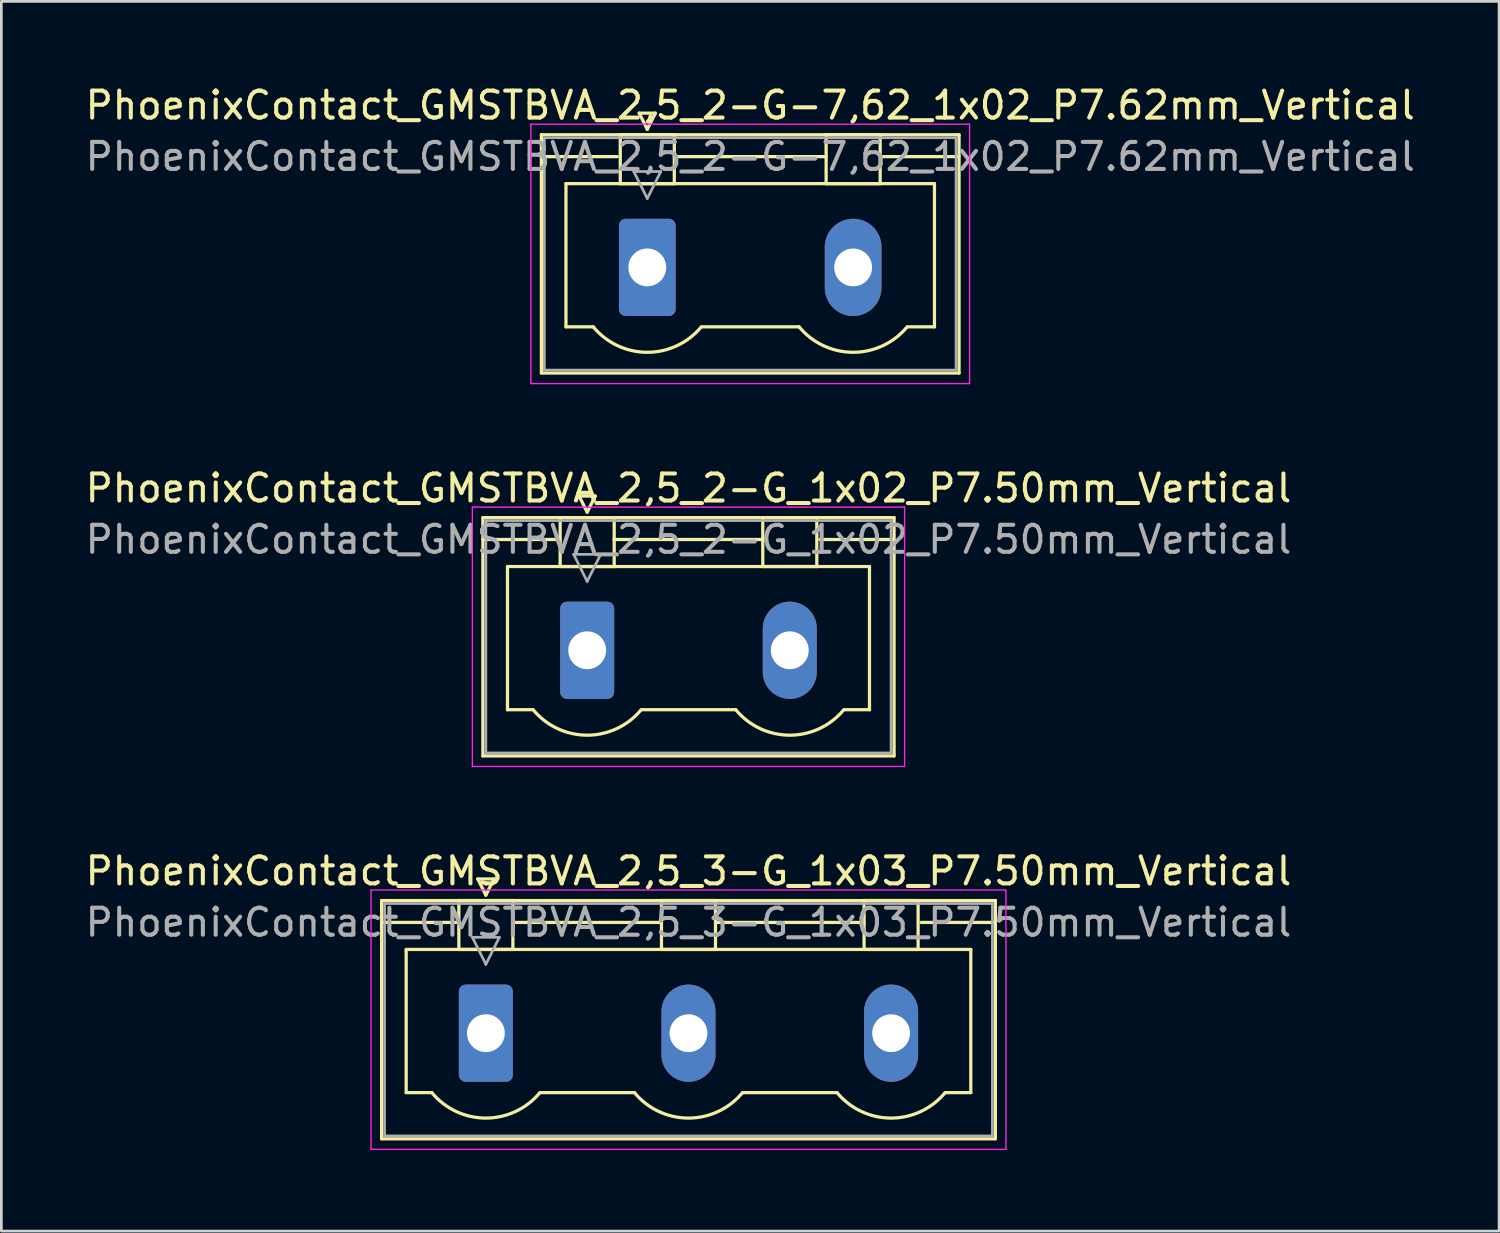
<source format=kicad_pcb>
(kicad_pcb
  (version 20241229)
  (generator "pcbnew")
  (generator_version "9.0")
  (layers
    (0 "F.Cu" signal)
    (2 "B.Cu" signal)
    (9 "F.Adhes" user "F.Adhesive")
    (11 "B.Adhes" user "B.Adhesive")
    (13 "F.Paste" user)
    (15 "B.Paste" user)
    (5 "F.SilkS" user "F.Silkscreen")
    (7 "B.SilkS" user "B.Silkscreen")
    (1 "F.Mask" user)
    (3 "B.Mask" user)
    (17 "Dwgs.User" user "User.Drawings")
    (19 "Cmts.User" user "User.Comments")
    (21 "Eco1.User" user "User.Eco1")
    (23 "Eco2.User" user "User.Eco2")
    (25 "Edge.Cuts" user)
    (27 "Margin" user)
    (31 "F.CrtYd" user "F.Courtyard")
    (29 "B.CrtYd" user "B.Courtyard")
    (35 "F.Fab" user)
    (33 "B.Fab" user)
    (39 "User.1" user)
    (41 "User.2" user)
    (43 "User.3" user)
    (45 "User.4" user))
  (footprint "PhoenixContact_GMSTBVA_2,5_2-G_1x02_P7.50mm_Vertical"
    (layer "F.Cu")
    (at 18.685 21.021)
    (property "Reference" "PhoenixContact_GMSTBVA_2,5_2-G_1x02_P7.50mm_Vertical" (at 3.75 -6 0) (layer "F.SilkS") (effects (font (size 1 1) (thickness 0.15))))
    (attr through_hole)
    (fp_line (start -3.86 -4.91) (end -3.86 3.91) (stroke (width 0.12) (type solid)) (layer "F.SilkS"))
    (fp_line (start -3.86 -4.1) (end -1.11 -4.1) (stroke (width 0.12) (type solid)) (layer "F.SilkS"))
    (fp_line (start -3.86 3.91) (end 11.36 3.91) (stroke (width 0.12) (type solid)) (layer "F.SilkS"))
    (fp_line (start -2.95 -3.1) (end 10.45 -3.1) (stroke (width 0.12) (type solid)) (layer "F.SilkS"))
    (fp_line (start -2.95 2.2) (end -2.95 -3.1) (stroke (width 0.12) (type solid)) (layer "F.SilkS"))
    (fp_line (start -2 2.2) (end -2.95 2.2) (stroke (width 0.12) (type solid)) (layer "F.SilkS"))
    (fp_line (start -1 -4.91) (end 1 -4.91) (stroke (width 0.12) (type solid)) (layer "F.SilkS"))
    (fp_line (start -1 -3.1) (end -1 -4.91) (stroke (width 0.12) (type solid)) (layer "F.SilkS"))
    (fp_line (start -0.3 -5.71) (end 0.3 -5.71) (stroke (width 0.12) (type solid)) (layer "F.SilkS"))
    (fp_line (start 0 -5.11) (end -0.3 -5.71) (stroke (width 0.12) (type solid)) (layer "F.SilkS"))
    (fp_line (start 0.3 -5.71) (end 0 -5.11) (stroke (width 0.12) (type solid)) (layer "F.SilkS"))
    (fp_line (start 1 -4.91) (end 1 -3.1) (stroke (width 0.12) (type solid)) (layer "F.SilkS"))
    (fp_line (start 1 -4.1) (end 6.5 -4.1) (stroke (width 0.12) (type solid)) (layer "F.SilkS"))
    (fp_line (start 1 -3.1) (end -1 -3.1) (stroke (width 0.12) (type solid)) (layer "F.SilkS"))
    (fp_line (start 2 2.2) (end 5.5 2.2) (stroke (width 0.12) (type solid)) (layer "F.SilkS"))
    (fp_line (start 6.5 -4.91) (end 8.5 -4.91) (stroke (width 0.12) (type solid)) (layer "F.SilkS"))
    (fp_line (start 6.5 -3.1) (end 6.5 -4.91) (stroke (width 0.12) (type solid)) (layer "F.SilkS"))
    (fp_line (start 8.5 -4.91) (end 8.5 -3.1) (stroke (width 0.12) (type solid)) (layer "F.SilkS"))
    (fp_line (start 8.5 -3.1) (end 6.5 -3.1) (stroke (width 0.12) (type solid)) (layer "F.SilkS"))
    (fp_line (start 10.45 -3.1) (end 10.45 2.2) (stroke (width 0.12) (type solid)) (layer "F.SilkS"))
    (fp_line (start 10.45 2.2) (end 9.5 2.2) (stroke (width 0.12) (type solid)) (layer "F.SilkS"))
    (fp_line (start 11.36 -4.91) (end -3.86 -4.91) (stroke (width 0.12) (type solid)) (layer "F.SilkS"))
    (fp_line (start 11.36 -4.1) (end 8.61 -4.1) (stroke (width 0.12) (type solid)) (layer "F.SilkS"))
    (fp_line (start 11.36 3.91) (end 11.36 -4.91) (stroke (width 0.12) (type solid)) (layer "F.SilkS"))
    (fp_arc (start 1.986842 2.215821) (mid -0.010289 3.142758) (end -2 2.2) (stroke (width 0.12) (type solid)) (layer "F.SilkS"))
    (fp_arc (start 9.486842 2.215821) (mid 7.489711 3.142758) (end 5.5 2.2) (stroke (width 0.12) (type solid)) (layer "F.SilkS"))
    (fp_line (start -4.25 -5.3) (end -4.25 4.3) (stroke (width 0.05) (type solid)) (layer "F.CrtYd"))
    (fp_line (start -4.25 4.3) (end 11.75 4.3) (stroke (width 0.05) (type solid)) (layer "F.CrtYd"))
    (fp_line (start 11.75 -5.3) (end -4.25 -5.3) (stroke (width 0.05) (type solid)) (layer "F.CrtYd"))
    (fp_line (start 11.75 4.3) (end 11.75 -5.3) (stroke (width 0.05) (type solid)) (layer "F.CrtYd"))
    (fp_line (start -3.75 -4.8) (end -3.75 3.8) (stroke (width 0.1) (type solid)) (layer "F.Fab"))
    (fp_line (start -3.75 3.8) (end 11.25 3.8) (stroke (width 0.1) (type solid)) (layer "F.Fab"))
    (fp_line (start -0.5 -3.55) (end 0.5 -3.55) (stroke (width 0.1) (type solid)) (layer "F.Fab"))
    (fp_line (start 0 -2.55) (end -0.5 -3.55) (stroke (width 0.1) (type solid)) (layer "F.Fab"))
    (fp_line (start 0.5 -3.55) (end 0 -2.55) (stroke (width 0.1) (type solid)) (layer "F.Fab"))
    (fp_line (start 11.25 -4.8) (end -3.75 -4.8) (stroke (width 0.1) (type solid)) (layer "F.Fab"))
    (fp_line (start 11.25 3.8) (end 11.25 -4.8) (stroke (width 0.1) (type solid)) (layer "F.Fab"))
    (fp_text user "${REFERENCE}" (at 3.75 -4.1 0) (layer "F.Fab") (effects (font (size 1 1) (thickness 0.15))))
    (pad "1" thru_hole roundrect (at 0 0) (size 2 3.6) (drill 1.4) (layers "*.Cu" "*.Mask") (roundrect_rratio 0.125))
    (pad "2" thru_hole oval (at 7.5 0) (size 2 3.6) (drill 1.4) (layers "*.Cu" "*.Mask")))
  (footprint "PhoenixContact_GMSTBVA_2,5_3-G_1x03_P7.50mm_Vertical"
    (layer "F.Cu")
    (at 14.935 35.195)
    (property "Reference" "PhoenixContact_GMSTBVA_2,5_3-G_1x03_P7.50mm_Vertical" (at 7.5 -6 0) (layer "F.SilkS") (effects (font (size 1 1) (thickness 0.15))))
    (attr through_hole)
    (fp_line (start -3.86 -4.91) (end -3.86 3.91) (stroke (width 0.12) (type solid)) (layer "F.SilkS"))
    (fp_line (start -3.86 -4.1) (end -1.11 -4.1) (stroke (width 0.12) (type solid)) (layer "F.SilkS"))
    (fp_line (start -3.86 3.91) (end 18.86 3.91) (stroke (width 0.12) (type solid)) (layer "F.SilkS"))
    (fp_line (start -2.95 -3.1) (end 17.95 -3.1) (stroke (width 0.12) (type solid)) (layer "F.SilkS"))
    (fp_line (start -2.95 2.2) (end -2.95 -3.1) (stroke (width 0.12) (type solid)) (layer "F.SilkS"))
    (fp_line (start -2 2.2) (end -2.95 2.2) (stroke (width 0.12) (type solid)) (layer "F.SilkS"))
    (fp_line (start -1 -4.91) (end 1 -4.91) (stroke (width 0.12) (type solid)) (layer "F.SilkS"))
    (fp_line (start -1 -3.1) (end -1 -4.91) (stroke (width 0.12) (type solid)) (layer "F.SilkS"))
    (fp_line (start -0.3 -5.71) (end 0.3 -5.71) (stroke (width 0.12) (type solid)) (layer "F.SilkS"))
    (fp_line (start 0 -5.11) (end -0.3 -5.71) (stroke (width 0.12) (type solid)) (layer "F.SilkS"))
    (fp_line (start 0.3 -5.71) (end 0 -5.11) (stroke (width 0.12) (type solid)) (layer "F.SilkS"))
    (fp_line (start 1 -4.91) (end 1 -3.1) (stroke (width 0.12) (type solid)) (layer "F.SilkS"))
    (fp_line (start 1 -4.1) (end 6.5 -4.1) (stroke (width 0.12) (type solid)) (layer "F.SilkS"))
    (fp_line (start 1 -3.1) (end -1 -3.1) (stroke (width 0.12) (type solid)) (layer "F.SilkS"))
    (fp_line (start 2 2.2) (end 5.5 2.2) (stroke (width 0.12) (type solid)) (layer "F.SilkS"))
    (fp_line (start 6.5 -4.91) (end 8.5 -4.91) (stroke (width 0.12) (type solid)) (layer "F.SilkS"))
    (fp_line (start 6.5 -3.1) (end 6.5 -4.91) (stroke (width 0.12) (type solid)) (layer "F.SilkS"))
    (fp_line (start 8.5 -4.91) (end 8.5 -3.1) (stroke (width 0.12) (type solid)) (layer "F.SilkS"))
    (fp_line (start 8.5 -4.1) (end 14 -4.1) (stroke (width 0.12) (type solid)) (layer "F.SilkS"))
    (fp_line (start 8.5 -3.1) (end 6.5 -3.1) (stroke (width 0.12) (type solid)) (layer "F.SilkS"))
    (fp_line (start 9.5 2.2) (end 13 2.2) (stroke (width 0.12) (type solid)) (layer "F.SilkS"))
    (fp_line (start 14 -4.91) (end 16 -4.91) (stroke (width 0.12) (type solid)) (layer "F.SilkS"))
    (fp_line (start 14 -3.1) (end 14 -4.91) (stroke (width 0.12) (type solid)) (layer "F.SilkS"))
    (fp_line (start 16 -4.91) (end 16 -3.1) (stroke (width 0.12) (type solid)) (layer "F.SilkS"))
    (fp_line (start 16 -3.1) (end 14 -3.1) (stroke (width 0.12) (type solid)) (layer "F.SilkS"))
    (fp_line (start 17.95 -3.1) (end 17.95 2.2) (stroke (width 0.12) (type solid)) (layer "F.SilkS"))
    (fp_line (start 17.95 2.2) (end 17 2.2) (stroke (width 0.12) (type solid)) (layer "F.SilkS"))
    (fp_line (start 18.86 -4.91) (end -3.86 -4.91) (stroke (width 0.12) (type solid)) (layer "F.SilkS"))
    (fp_line (start 18.86 -4.1) (end 16.11 -4.1) (stroke (width 0.12) (type solid)) (layer "F.SilkS"))
    (fp_line (start 18.86 3.91) (end 18.86 -4.91) (stroke (width 0.12) (type solid)) (layer "F.SilkS"))
    (fp_arc (start 1.986842 2.215821) (mid -0.010289 3.142758) (end -2 2.2) (stroke (width 0.12) (type solid)) (layer "F.SilkS"))
    (fp_arc (start 9.486842 2.215821) (mid 7.489711 3.142758) (end 5.5 2.2) (stroke (width 0.12) (type solid)) (layer "F.SilkS"))
    (fp_arc (start 16.986842 2.215821) (mid 14.989711 3.142758) (end 13 2.2) (stroke (width 0.12) (type solid)) (layer "F.SilkS"))
    (fp_line (start -4.25 -5.3) (end -4.25 4.3) (stroke (width 0.05) (type solid)) (layer "F.CrtYd"))
    (fp_line (start -4.25 4.3) (end 19.25 4.3) (stroke (width 0.05) (type solid)) (layer "F.CrtYd"))
    (fp_line (start 19.25 -5.3) (end -4.25 -5.3) (stroke (width 0.05) (type solid)) (layer "F.CrtYd"))
    (fp_line (start 19.25 4.3) (end 19.25 -5.3) (stroke (width 0.05) (type solid)) (layer "F.CrtYd"))
    (fp_line (start -3.75 -4.8) (end -3.75 3.8) (stroke (width 0.1) (type solid)) (layer "F.Fab"))
    (fp_line (start -3.75 3.8) (end 18.75 3.8) (stroke (width 0.1) (type solid)) (layer "F.Fab"))
    (fp_line (start -0.5 -3.55) (end 0.5 -3.55) (stroke (width 0.1) (type solid)) (layer "F.Fab"))
    (fp_line (start 0 -2.55) (end -0.5 -3.55) (stroke (width 0.1) (type solid)) (layer "F.Fab"))
    (fp_line (start 0.5 -3.55) (end 0 -2.55) (stroke (width 0.1) (type solid)) (layer "F.Fab"))
    (fp_line (start 18.75 -4.8) (end -3.75 -4.8) (stroke (width 0.1) (type solid)) (layer "F.Fab"))
    (fp_line (start 18.75 3.8) (end 18.75 -4.8) (stroke (width 0.1) (type solid)) (layer "F.Fab"))
    (fp_text user "${REFERENCE}" (at 7.5 -4.1 0) (layer "F.Fab") (effects (font (size 1 1) (thickness 0.15))))
    (pad "1" thru_hole roundrect (at 0 0) (size 2 3.6) (drill 1.4) (layers "*.Cu" "*.Mask") (roundrect_rratio 0.125))
    (pad "2" thru_hole oval (at 7.5 0) (size 2 3.6) (drill 1.4) (layers "*.Cu" "*.Mask"))
    (pad "3" thru_hole oval (at 15 0) (size 2 3.6) (drill 1.4) (layers "*.Cu" "*.Mask")))
  (footprint "PhoenixContact_GMSTBVA_2,5_2-G-7,62_1x02_P7.62mm_Vertical"
    (layer "F.Cu")
    (at 20.91 6.848)
    (property "Reference" "PhoenixContact_GMSTBVA_2,5_2-G-7,62_1x02_P7.62mm_Vertical" (at 3.81 -6 0) (layer "F.SilkS") (effects (font (size 1 1) (thickness 0.15))))
    (attr through_hole)
    (fp_line (start -3.92 -4.91) (end -3.92 3.91) (stroke (width 0.12) (type solid)) (layer "F.SilkS"))
    (fp_line (start -3.92 -4.1) (end -1.11 -4.1) (stroke (width 0.12) (type solid)) (layer "F.SilkS"))
    (fp_line (start -3.92 3.91) (end 11.54 3.91) (stroke (width 0.12) (type solid)) (layer "F.SilkS"))
    (fp_line (start -3.01 -3.1) (end 10.63 -3.1) (stroke (width 0.12) (type solid)) (layer "F.SilkS"))
    (fp_line (start -3.01 2.2) (end -3.01 -3.1) (stroke (width 0.12) (type solid)) (layer "F.SilkS"))
    (fp_line (start -2 2.2) (end -3.01 2.2) (stroke (width 0.12) (type solid)) (layer "F.SilkS"))
    (fp_line (start -1 -4.91) (end 1 -4.91) (stroke (width 0.12) (type solid)) (layer "F.SilkS"))
    (fp_line (start -1 -3.1) (end -1 -4.91) (stroke (width 0.12) (type solid)) (layer "F.SilkS"))
    (fp_line (start -0.3 -5.71) (end 0.3 -5.71) (stroke (width 0.12) (type solid)) (layer "F.SilkS"))
    (fp_line (start 0 -5.11) (end -0.3 -5.71) (stroke (width 0.12) (type solid)) (layer "F.SilkS"))
    (fp_line (start 0.3 -5.71) (end 0 -5.11) (stroke (width 0.12) (type solid)) (layer "F.SilkS"))
    (fp_line (start 1 -4.91) (end 1 -3.1) (stroke (width 0.12) (type solid)) (layer "F.SilkS"))
    (fp_line (start 1 -4.1) (end 6.62 -4.1) (stroke (width 0.12) (type solid)) (layer "F.SilkS"))
    (fp_line (start 1 -3.1) (end -1 -3.1) (stroke (width 0.12) (type solid)) (layer "F.SilkS"))
    (fp_line (start 2 2.2) (end 5.62 2.2) (stroke (width 0.12) (type solid)) (layer "F.SilkS"))
    (fp_line (start 6.62 -4.91) (end 8.62 -4.91) (stroke (width 0.12) (type solid)) (layer "F.SilkS"))
    (fp_line (start 6.62 -3.1) (end 6.62 -4.91) (stroke (width 0.12) (type solid)) (layer "F.SilkS"))
    (fp_line (start 8.62 -4.91) (end 8.62 -3.1) (stroke (width 0.12) (type solid)) (layer "F.SilkS"))
    (fp_line (start 8.62 -3.1) (end 6.62 -3.1) (stroke (width 0.12) (type solid)) (layer "F.SilkS"))
    (fp_line (start 10.63 -3.1) (end 10.63 2.2) (stroke (width 0.12) (type solid)) (layer "F.SilkS"))
    (fp_line (start 10.63 2.2) (end 9.62 2.2) (stroke (width 0.12) (type solid)) (layer "F.SilkS"))
    (fp_line (start 11.54 -4.91) (end -3.92 -4.91) (stroke (width 0.12) (type solid)) (layer "F.SilkS"))
    (fp_line (start 11.54 -4.1) (end 8.73 -4.1) (stroke (width 0.12) (type solid)) (layer "F.SilkS"))
    (fp_line (start 11.54 3.91) (end 11.54 -4.91) (stroke (width 0.12) (type solid)) (layer "F.SilkS"))
    (fp_arc (start 1.986842 2.215821) (mid -0.010289 3.142758) (end -2 2.2) (stroke (width 0.12) (type solid)) (layer "F.SilkS"))
    (fp_arc (start 9.606842 2.215821) (mid 7.609711 3.142758) (end 5.62 2.2) (stroke (width 0.12) (type solid)) (layer "F.SilkS"))
    (fp_line (start -4.31 -5.3) (end -4.31 4.3) (stroke (width 0.05) (type solid)) (layer "F.CrtYd"))
    (fp_line (start -4.31 4.3) (end 11.93 4.3) (stroke (width 0.05) (type solid)) (layer "F.CrtYd"))
    (fp_line (start 11.93 -5.3) (end -4.31 -5.3) (stroke (width 0.05) (type solid)) (layer "F.CrtYd"))
    (fp_line (start 11.93 4.3) (end 11.93 -5.3) (stroke (width 0.05) (type solid)) (layer "F.CrtYd"))
    (fp_line (start -3.81 -4.8) (end -3.81 3.8) (stroke (width 0.1) (type solid)) (layer "F.Fab"))
    (fp_line (start -3.81 3.8) (end 11.43 3.8) (stroke (width 0.1) (type solid)) (layer "F.Fab"))
    (fp_line (start -0.5 -3.55) (end 0.5 -3.55) (stroke (width 0.1) (type solid)) (layer "F.Fab"))
    (fp_line (start 0 -2.55) (end -0.5 -3.55) (stroke (width 0.1) (type solid)) (layer "F.Fab"))
    (fp_line (start 0.5 -3.55) (end 0 -2.55) (stroke (width 0.1) (type solid)) (layer "F.Fab"))
    (fp_line (start 11.43 -4.8) (end -3.81 -4.8) (stroke (width 0.1) (type solid)) (layer "F.Fab"))
    (fp_line (start 11.43 3.8) (end 11.43 -4.8) (stroke (width 0.1) (type solid)) (layer "F.Fab"))
    (fp_text user "${REFERENCE}" (at 3.81 -4.1 0) (layer "F.Fab") (effects (font (size 1 1) (thickness 0.15))))
    (pad "1" thru_hole roundrect (at 0 0) (size 2.1 3.6) (drill 1.4) (layers "*.Cu" "*.Mask") (roundrect_rratio 0.119))
    (pad "2" thru_hole oval (at 7.62 0) (size 2.1 3.6) (drill 1.4) (layers "*.Cu" "*.Mask")))
  (gr_rect
    (start -3 -3)
    (end 52.44 42.52)
    (stroke (width 0.1) (type default))
    (fill no)
    (layer "Edge.Cuts")))
</source>
